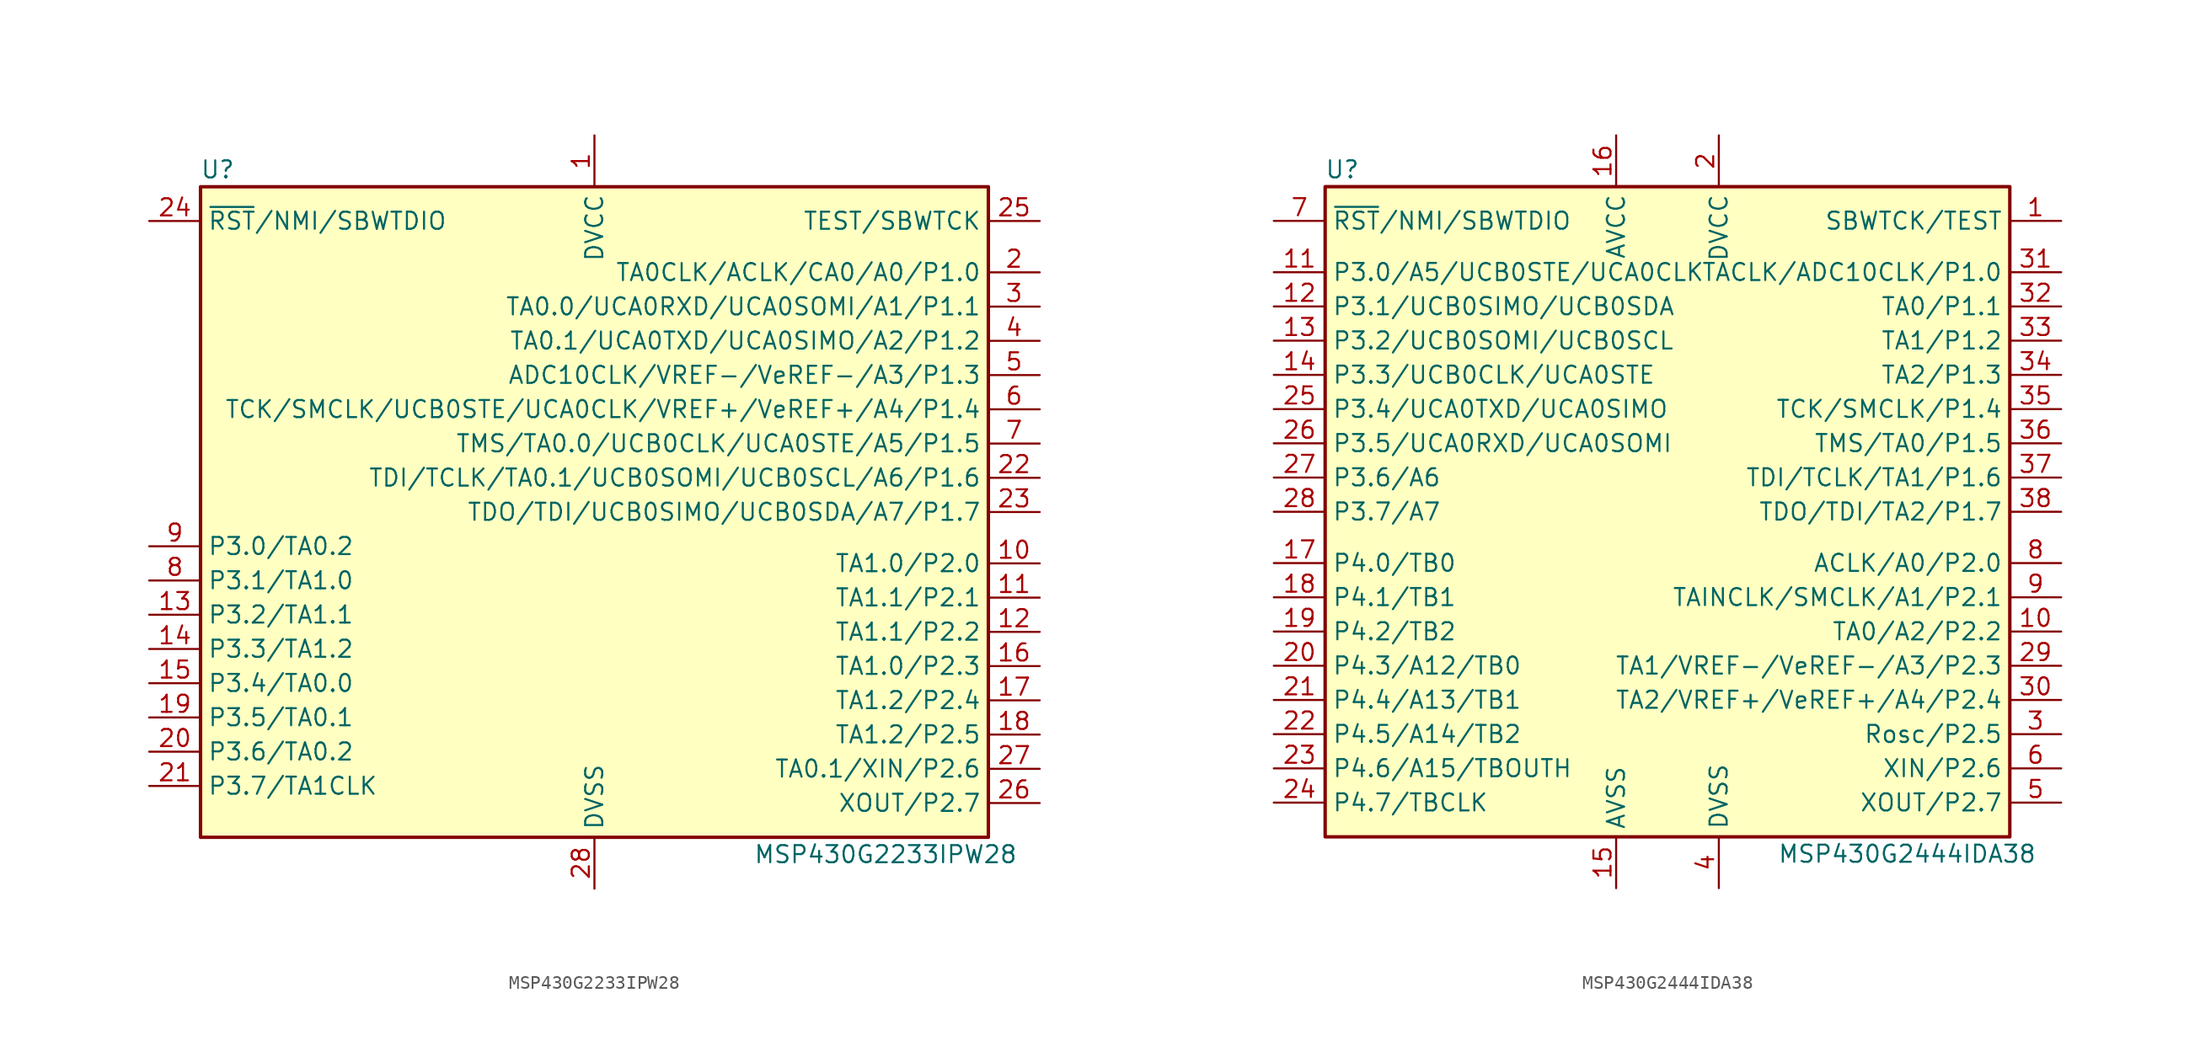
<source format=kicad_sym>
(kicad_symbol_lib
  (version 20220914)
  (generator kicad_symbol_editor)
  (symbol "MSP430G2233IPW28"
    (property "Reference" "U"
      (at -27.94 25.4 0)
      (effects (font (size 1.27 1.27))))
    (property "Value" "MSP430G2233IPW28"
      (at 21.59 -25.4 0)
      (effects (font (size 1.27 1.27))))
    (symbol "MSP430G2233IPW28_0_1"
      (rectangle (start -29.21 24.13) (end 29.21 -24.13) (stroke (width 0.254) (type default)) (fill (type background))))
    (symbol "MSP430G2233IPW28_1_1"
      (pin power_in line (at 0 27.94 270) (length 3.81) (name "DVCC" (effects (font (size 1.27 1.27)))) (number "1" (effects (font (size 1.27 1.27)))))
      (pin bidirectional line (at 33.02 -3.81 180) (length 3.81) (name "TA1.0/P2.0" (effects (font (size 1.27 1.27)))) (number "10" (effects (font (size 1.27 1.27)))))
      (pin bidirectional line (at 33.02 -6.35 180) (length 3.81) (name "TA1.1/P2.1" (effects (font (size 1.27 1.27)))) (number "11" (effects (font (size 1.27 1.27)))))
      (pin bidirectional line (at 33.02 -8.89 180) (length 3.81) (name "TA1.1/P2.2" (effects (font (size 1.27 1.27)))) (number "12" (effects (font (size 1.27 1.27)))))
      (pin bidirectional line (at -33.02 -7.62 0) (length 3.81) (name "P3.2/TA1.1" (effects (font (size 1.27 1.27)))) (number "13" (effects (font (size 1.27 1.27)))))
      (pin bidirectional line (at -33.02 -10.16 0) (length 3.81) (name "P3.3/TA1.2" (effects (font (size 1.27 1.27)))) (number "14" (effects (font (size 1.27 1.27)))))
      (pin bidirectional line (at -33.02 -12.7 0) (length 3.81) (name "P3.4/TA0.0" (effects (font (size 1.27 1.27)))) (number "15" (effects (font (size 1.27 1.27)))))
      (pin bidirectional line (at 33.02 -11.43 180) (length 3.81) (name "TA1.0/P2.3" (effects (font (size 1.27 1.27)))) (number "16" (effects (font (size 1.27 1.27)))))
      (pin bidirectional line (at 33.02 -13.97 180) (length 3.81) (name "TA1.2/P2.4" (effects (font (size 1.27 1.27)))) (number "17" (effects (font (size 1.27 1.27)))))
      (pin bidirectional line (at 33.02 -16.51 180) (length 3.81) (name "TA1.2/P2.5" (effects (font (size 1.27 1.27)))) (number "18" (effects (font (size 1.27 1.27)))))
      (pin bidirectional line (at -33.02 -15.24 0) (length 3.81) (name "P3.5/TA0.1" (effects (font (size 1.27 1.27)))) (number "19" (effects (font (size 1.27 1.27)))))
      (pin bidirectional line (at 33.02 17.78 180) (length 3.81) (name "TA0CLK/ACLK/CA0/A0/P1.0" (effects (font (size 1.27 1.27)))) (number "2" (effects (font (size 1.27 1.27)))))
      (pin bidirectional line (at -33.02 -17.78 0) (length 3.81) (name "P3.6/TA0.2" (effects (font (size 1.27 1.27)))) (number "20" (effects (font (size 1.27 1.27)))))
      (pin bidirectional line (at -33.02 -20.32 0) (length 3.81) (name "P3.7/TA1CLK" (effects (font (size 1.27 1.27)))) (number "21" (effects (font (size 1.27 1.27)))))
      (pin bidirectional line (at 33.02 2.54 180) (length 3.81) (name "TDI/TCLK/TA0.1/UCB0SOMI/UCB0SCL/A6/P1.6" (effects (font (size 1.27 1.27)))) (number "22" (effects (font (size 1.27 1.27)))))
      (pin bidirectional line (at 33.02 0 180) (length 3.81) (name "TDO/TDI/UCB0SIMO/UCB0SDA/A7/P1.7" (effects (font (size 1.27 1.27)))) (number "23" (effects (font (size 1.27 1.27)))))
      (pin input line (at -33.02 21.59 0) (length 3.81) (name "~{RST}/NMI/SBWTDIO" (effects (font (size 1.27 1.27)))) (number "24" (effects (font (size 1.27 1.27)))))
      (pin input line (at 33.02 21.59 180) (length 3.81) (name "TEST/SBWTCK" (effects (font (size 1.27 1.27)))) (number "25" (effects (font (size 1.27 1.27)))))
      (pin bidirectional line (at 33.02 -21.59 180) (length 3.81) (name "XOUT/P2.7" (effects (font (size 1.27 1.27)))) (number "26" (effects (font (size 1.27 1.27)))))
      (pin bidirectional line (at 33.02 -19.05 180) (length 3.81) (name "TA0.1/XIN/P2.6" (effects (font (size 1.27 1.27)))) (number "27" (effects (font (size 1.27 1.27)))))
      (pin power_in line (at 0 -27.94 90) (length 3.81) (name "DVSS" (effects (font (size 1.27 1.27)))) (number "28" (effects (font (size 1.27 1.27)))))
      (pin bidirectional line (at 33.02 15.24 180) (length 3.81) (name "TA0.0/UCA0RXD/UCA0SOMI/A1/P1.1" (effects (font (size 1.27 1.27)))) (number "3" (effects (font (size 1.27 1.27)))))
      (pin bidirectional line (at 33.02 12.7 180) (length 3.81) (name "TA0.1/UCA0TXD/UCA0SIMO/A2/P1.2" (effects (font (size 1.27 1.27)))) (number "4" (effects (font (size 1.27 1.27)))))
      (pin bidirectional line (at 33.02 10.16 180) (length 3.81) (name "ADC10CLK/VREF-/VeREF-/A3/P1.3" (effects (font (size 1.27 1.27)))) (number "5" (effects (font (size 1.27 1.27)))))
      (pin bidirectional line (at 33.02 7.62 180) (length 3.81) (name "TCK/SMCLK/UCB0STE/UCA0CLK/VREF+/VeREF+/A4/P1.4" (effects (font (size 1.27 1.27)))) (number "6" (effects (font (size 1.27 1.27)))))
      (pin bidirectional line (at 33.02 5.08 180) (length 3.81) (name "TMS/TA0.0/UCB0CLK/UCA0STE/A5/P1.5" (effects (font (size 1.27 1.27)))) (number "7" (effects (font (size 1.27 1.27)))))
      (pin bidirectional line (at -33.02 -5.08 0) (length 3.81) (name "P3.1/TA1.0" (effects (font (size 1.27 1.27)))) (number "8" (effects (font (size 1.27 1.27)))))
      (pin bidirectional line (at -33.02 -2.54 0) (length 3.81) (name "P3.0/TA0.2" (effects (font (size 1.27 1.27)))) (number "9" (effects (font (size 1.27 1.27)))))))
  (symbol "MSP430G2444IDA38"
    (property "Reference" "U"
      (at -24.13 25.4 0)
      (effects (font (size 1.27 1.27))))
    (property "Value" "MSP430G2444IDA38"
      (at 17.78 -25.4 0)
      (effects (font (size 1.27 1.27))))
    (symbol "MSP430G2444IDA38_0_1"
      (rectangle (start -25.4 24.13) (end 25.4 -24.13) (stroke (width 0.254) (type default)) (fill (type background))))
    (symbol "MSP430G2444IDA38_1_1"
      (pin input line (at 29.21 21.59 180) (length 3.81) (name "SBWTCK/TEST" (effects (font (size 1.27 1.27)))) (number "1" (effects (font (size 1.27 1.27)))))
      (pin bidirectional line (at 29.21 -8.89 180) (length 3.81) (name "TA0/A2/P2.2" (effects (font (size 1.27 1.27)))) (number "10" (effects (font (size 1.27 1.27)))))
      (pin bidirectional line (at -29.21 17.78 0) (length 3.81) (name "P3.0/A5/UCB0STE/UCA0CLK" (effects (font (size 1.27 1.27)))) (number "11" (effects (font (size 1.27 1.27)))))
      (pin bidirectional line (at -29.21 15.24 0) (length 3.81) (name "P3.1/UCB0SIMO/UCB0SDA" (effects (font (size 1.27 1.27)))) (number "12" (effects (font (size 1.27 1.27)))))
      (pin bidirectional line (at -29.21 12.7 0) (length 3.81) (name "P3.2/UCB0SOMI/UCB0SCL" (effects (font (size 1.27 1.27)))) (number "13" (effects (font (size 1.27 1.27)))))
      (pin bidirectional line (at -29.21 10.16 0) (length 3.81) (name "P3.3/UCB0CLK/UCA0STE" (effects (font (size 1.27 1.27)))) (number "14" (effects (font (size 1.27 1.27)))))
      (pin power_in line (at -3.81 -27.94 90) (length 3.81) (name "AVSS" (effects (font (size 1.27 1.27)))) (number "15" (effects (font (size 1.27 1.27)))))
      (pin power_in line (at -3.81 27.94 270) (length 3.81) (name "AVCC" (effects (font (size 1.27 1.27)))) (number "16" (effects (font (size 1.27 1.27)))))
      (pin bidirectional line (at -29.21 -3.81 0) (length 3.81) (name "P4.0/TB0" (effects (font (size 1.27 1.27)))) (number "17" (effects (font (size 1.27 1.27)))))
      (pin bidirectional line (at -29.21 -6.35 0) (length 3.81) (name "P4.1/TB1" (effects (font (size 1.27 1.27)))) (number "18" (effects (font (size 1.27 1.27)))))
      (pin bidirectional line (at -29.21 -8.89 0) (length 3.81) (name "P4.2/TB2" (effects (font (size 1.27 1.27)))) (number "19" (effects (font (size 1.27 1.27)))))
      (pin power_in line (at 3.81 27.94 270) (length 3.81) (name "DVCC" (effects (font (size 1.27 1.27)))) (number "2" (effects (font (size 1.27 1.27)))))
      (pin bidirectional line (at -29.21 -11.43 0) (length 3.81) (name "P4.3/A12/TB0" (effects (font (size 1.27 1.27)))) (number "20" (effects (font (size 1.27 1.27)))))
      (pin bidirectional line (at -29.21 -13.97 0) (length 3.81) (name "P4.4/A13/TB1" (effects (font (size 1.27 1.27)))) (number "21" (effects (font (size 1.27 1.27)))))
      (pin bidirectional line (at -29.21 -16.51 0) (length 3.81) (name "P4.5/A14/TB2" (effects (font (size 1.27 1.27)))) (number "22" (effects (font (size 1.27 1.27)))))
      (pin bidirectional line (at -29.21 -19.05 0) (length 3.81) (name "P4.6/A15/TBOUTH" (effects (font (size 1.27 1.27)))) (number "23" (effects (font (size 1.27 1.27)))))
      (pin bidirectional line (at -29.21 -21.59 0) (length 3.81) (name "P4.7/TBCLK" (effects (font (size 1.27 1.27)))) (number "24" (effects (font (size 1.27 1.27)))))
      (pin bidirectional line (at -29.21 7.62 0) (length 3.81) (name "P3.4/UCA0TXD/UCA0SIMO" (effects (font (size 1.27 1.27)))) (number "25" (effects (font (size 1.27 1.27)))))
      (pin bidirectional line (at -29.21 5.08 0) (length 3.81) (name "P3.5/UCA0RXD/UCA0SOMI" (effects (font (size 1.27 1.27)))) (number "26" (effects (font (size 1.27 1.27)))))
      (pin bidirectional line (at -29.21 2.54 0) (length 3.81) (name "P3.6/A6" (effects (font (size 1.27 1.27)))) (number "27" (effects (font (size 1.27 1.27)))))
      (pin bidirectional line (at -29.21 0 0) (length 3.81) (name "P3.7/A7" (effects (font (size 1.27 1.27)))) (number "28" (effects (font (size 1.27 1.27)))))
      (pin bidirectional line (at 29.21 -11.43 180) (length 3.81) (name "TA1/VREF-/VeREF-/A3/P2.3" (effects (font (size 1.27 1.27)))) (number "29" (effects (font (size 1.27 1.27)))))
      (pin bidirectional line (at 29.21 -16.51 180) (length 3.81) (name "Rosc/P2.5" (effects (font (size 1.27 1.27)))) (number "3" (effects (font (size 1.27 1.27)))))
      (pin bidirectional line (at 29.21 -13.97 180) (length 3.81) (name "TA2/VREF+/VeREF+/A4/P2.4" (effects (font (size 1.27 1.27)))) (number "30" (effects (font (size 1.27 1.27)))))
      (pin bidirectional line (at 29.21 17.78 180) (length 3.81) (name "TACLK/ADC10CLK/P1.0" (effects (font (size 1.27 1.27)))) (number "31" (effects (font (size 1.27 1.27)))))
      (pin bidirectional line (at 29.21 15.24 180) (length 3.81) (name "TA0/P1.1" (effects (font (size 1.27 1.27)))) (number "32" (effects (font (size 1.27 1.27)))))
      (pin bidirectional line (at 29.21 12.7 180) (length 3.81) (name "TA1/P1.2" (effects (font (size 1.27 1.27)))) (number "33" (effects (font (size 1.27 1.27)))))
      (pin bidirectional line (at 29.21 10.16 180) (length 3.81) (name "TA2/P1.3" (effects (font (size 1.27 1.27)))) (number "34" (effects (font (size 1.27 1.27)))))
      (pin bidirectional line (at 29.21 7.62 180) (length 3.81) (name "TCK/SMCLK/P1.4" (effects (font (size 1.27 1.27)))) (number "35" (effects (font (size 1.27 1.27)))))
      (pin bidirectional line (at 29.21 5.08 180) (length 3.81) (name "TMS/TA0/P1.5" (effects (font (size 1.27 1.27)))) (number "36" (effects (font (size 1.27 1.27)))))
      (pin bidirectional line (at 29.21 2.54 180) (length 3.81) (name "TDI/TCLK/TA1/P1.6" (effects (font (size 1.27 1.27)))) (number "37" (effects (font (size 1.27 1.27)))))
      (pin bidirectional line (at 29.21 0 180) (length 3.81) (name "TDO/TDI/TA2/P1.7" (effects (font (size 1.27 1.27)))) (number "38" (effects (font (size 1.27 1.27)))))
      (pin power_in line (at 3.81 -27.94 90) (length 3.81) (name "DVSS" (effects (font (size 1.27 1.27)))) (number "4" (effects (font (size 1.27 1.27)))))
      (pin bidirectional line (at 29.21 -21.59 180) (length 3.81) (name "XOUT/P2.7" (effects (font (size 1.27 1.27)))) (number "5" (effects (font (size 1.27 1.27)))))
      (pin bidirectional line (at 29.21 -19.05 180) (length 3.81) (name "XIN/P2.6" (effects (font (size 1.27 1.27)))) (number "6" (effects (font (size 1.27 1.27)))))
      (pin input line (at -29.21 21.59 0) (length 3.81) (name "~{RST}/NMI/SBWTDIO" (effects (font (size 1.27 1.27)))) (number "7" (effects (font (size 1.27 1.27)))))
      (pin bidirectional line (at 29.21 -3.81 180) (length 3.81) (name "ACLK/A0/P2.0" (effects (font (size 1.27 1.27)))) (number "8" (effects (font (size 1.27 1.27)))))
      (pin bidirectional line (at 29.21 -6.35 180) (length 3.81) (name "TAINCLK/SMCLK/A1/P2.1" (effects (font (size 1.27 1.27)))) (number "9" (effects (font (size 1.27 1.27))))))))
</source>
